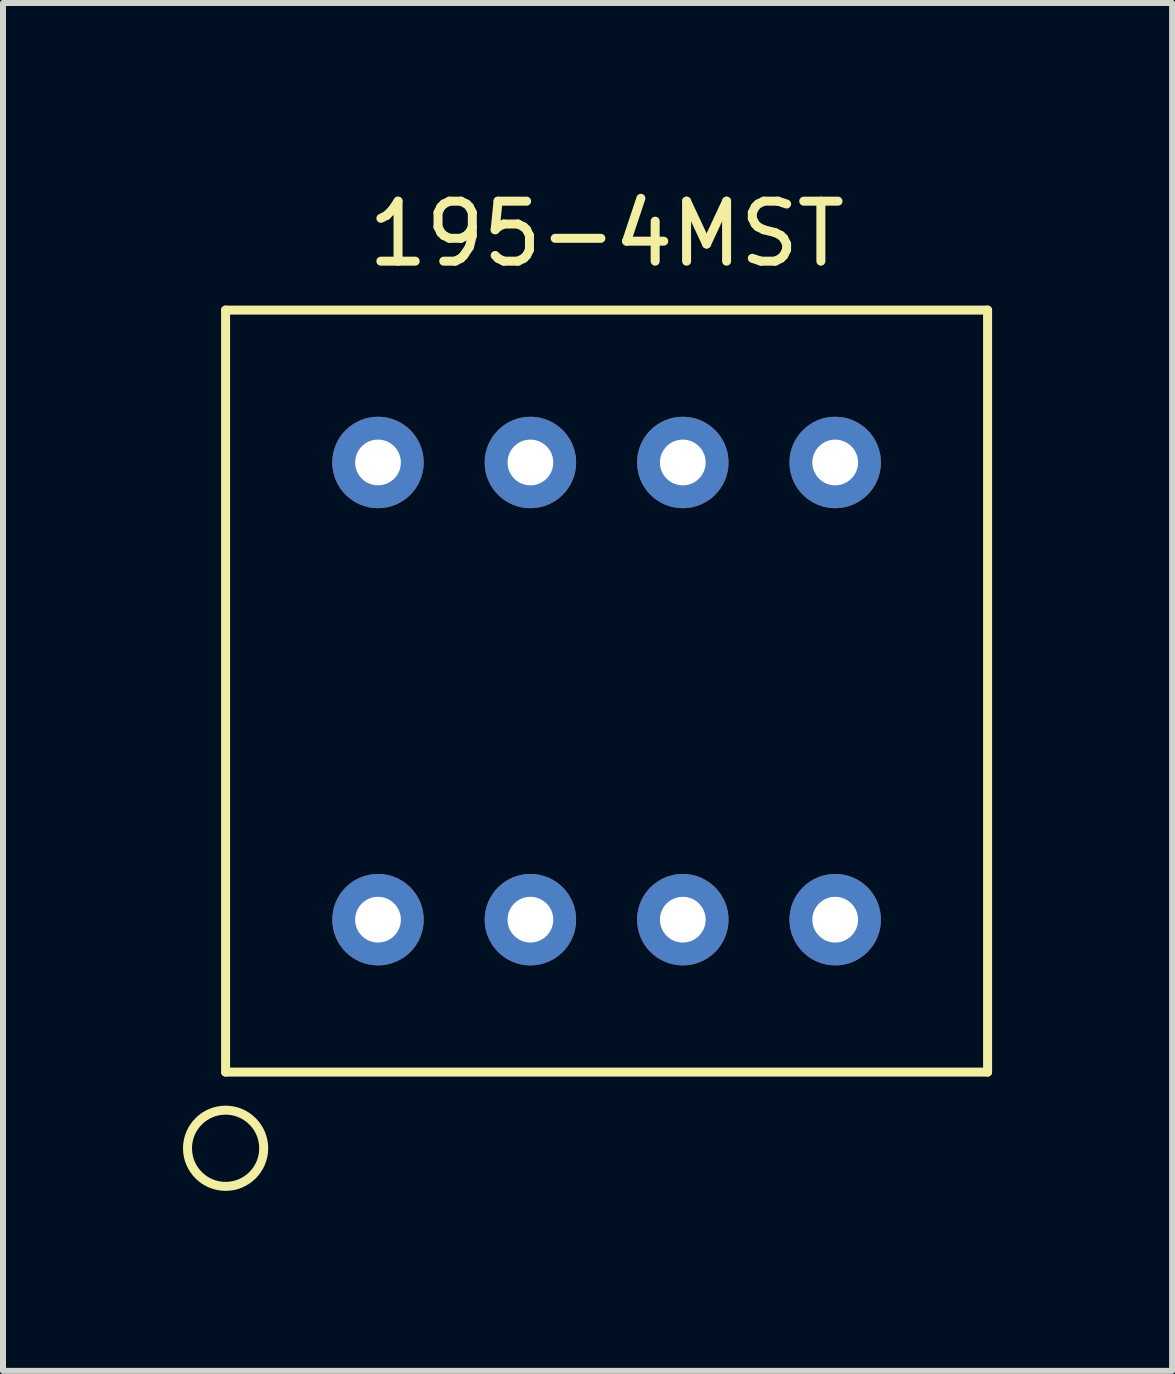
<source format=kicad_pcb>
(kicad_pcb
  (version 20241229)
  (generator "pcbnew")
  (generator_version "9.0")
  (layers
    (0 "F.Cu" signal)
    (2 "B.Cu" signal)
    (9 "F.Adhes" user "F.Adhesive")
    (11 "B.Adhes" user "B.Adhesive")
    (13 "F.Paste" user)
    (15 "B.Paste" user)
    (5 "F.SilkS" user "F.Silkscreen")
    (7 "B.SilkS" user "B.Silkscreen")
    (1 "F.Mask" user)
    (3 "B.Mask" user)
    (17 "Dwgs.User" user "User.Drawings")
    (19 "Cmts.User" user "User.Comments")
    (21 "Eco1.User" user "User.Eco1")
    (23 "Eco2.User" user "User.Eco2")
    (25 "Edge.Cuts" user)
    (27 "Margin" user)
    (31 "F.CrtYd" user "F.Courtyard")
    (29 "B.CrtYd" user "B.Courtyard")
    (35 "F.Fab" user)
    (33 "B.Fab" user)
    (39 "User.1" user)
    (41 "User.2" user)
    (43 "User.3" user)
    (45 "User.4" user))
  (footprint "195-4MST"
    (layer "F.Cu")
    (at 7.06 8.468)
    (property "Reference" "195-4MST" (at 0 -7.62 0) (layer "F.SilkS") (effects (font (size 1 1) (thickness 0.15))))
    (attr through_hole)
    (fp_line (start -6.35 -6.35) (end 6.35 -6.35) (stroke (width 0.15) (type solid)) (layer "F.SilkS"))
    (fp_line (start -6.35 6.35) (end -6.35 -6.35) (stroke (width 0.15) (type solid)) (layer "F.SilkS"))
    (fp_line (start 6.35 -6.35) (end 6.35 6.35) (stroke (width 0.15) (type solid)) (layer "F.SilkS"))
    (fp_line (start 6.35 6.35) (end -6.35 6.35) (stroke (width 0.15) (type solid)) (layer "F.SilkS"))
    (fp_circle (center -6.35 7.62) (end -6.35 8.255) (stroke (width 0.15) (type solid)) (fill no) (layer "F.SilkS"))
    (pad "1" thru_hole circle (at -3.81 3.81) (size 1.524 1.524) (drill 0.762) (layers "*.Cu" "*.Mask"))
    (pad "2" thru_hole circle (at -3.81 -3.81) (size 1.524 1.524) (drill 0.762) (layers "*.Cu" "*.Mask"))
    (pad "3" thru_hole circle (at -1.27 3.81) (size 1.524 1.524) (drill 0.762) (layers "*.Cu" "*.Mask"))
    (pad "4" thru_hole circle (at -1.27 -3.81) (size 1.524 1.524) (drill 0.762) (layers "*.Cu" "*.Mask"))
    (pad "5" thru_hole circle (at 1.27 3.81) (size 1.524 1.524) (drill 0.762) (layers "*.Cu" "*.Mask"))
    (pad "6" thru_hole circle (at 1.27 -3.81) (size 1.524 1.524) (drill 0.762) (layers "*.Cu" "*.Mask"))
    (pad "7" thru_hole circle (at 3.81 3.81) (size 1.524 1.524) (drill 0.762) (layers "*.Cu" "*.Mask"))
    (pad "8" thru_hole circle (at 3.81 -3.81) (size 1.524 1.524) (drill 0.762) (layers "*.Cu" "*.Mask")))
  (gr_rect
    (start -3 -3)
    (end 16.485 19.798)
    (stroke (width 0.1) (type default))
    (fill no)
    (layer "Edge.Cuts")))
</source>
